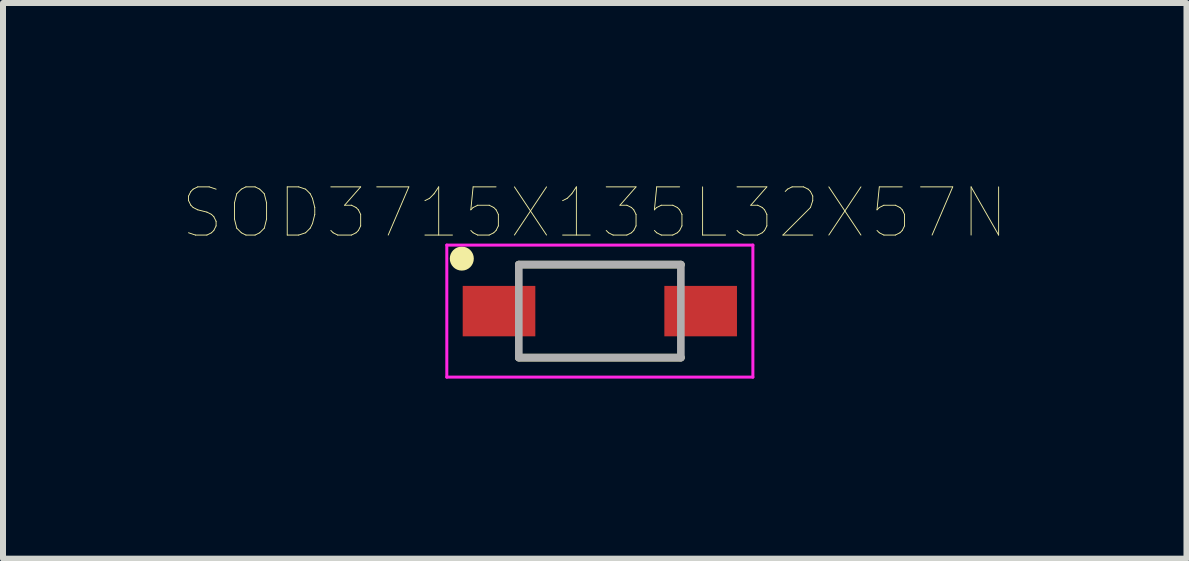
<source format=kicad_pcb>
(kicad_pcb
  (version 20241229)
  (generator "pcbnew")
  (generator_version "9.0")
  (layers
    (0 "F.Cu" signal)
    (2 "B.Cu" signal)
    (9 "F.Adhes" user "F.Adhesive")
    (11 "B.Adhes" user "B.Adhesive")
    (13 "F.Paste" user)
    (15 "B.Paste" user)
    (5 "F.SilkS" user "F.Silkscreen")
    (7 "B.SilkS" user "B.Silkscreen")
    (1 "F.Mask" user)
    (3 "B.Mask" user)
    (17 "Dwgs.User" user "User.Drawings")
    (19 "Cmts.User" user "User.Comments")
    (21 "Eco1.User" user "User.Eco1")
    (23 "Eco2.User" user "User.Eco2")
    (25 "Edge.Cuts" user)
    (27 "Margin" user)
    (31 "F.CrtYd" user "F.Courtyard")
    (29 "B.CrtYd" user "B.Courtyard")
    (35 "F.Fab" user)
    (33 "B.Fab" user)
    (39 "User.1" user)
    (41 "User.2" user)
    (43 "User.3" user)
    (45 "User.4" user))
  (footprint "SOD3715X135L32X57N"
    (layer "F.Cu")
    (at 6.945 2.134)
    (property "Reference" "SOD3715X135L32X57N" (at -0.085 -1.638 0) (layer "F.SilkS") (effects (font (size 0.803 0.803) (thickness 0.015))))
    (attr through_hole)
    (fp_line (start -1.35 0.775) (end 1.35 0.775) (stroke (width 0.127) (type solid)) (layer "F.SilkS"))
    (fp_line (start 1.35 -0.775) (end -1.35 -0.775) (stroke (width 0.127) (type solid)) (layer "F.SilkS"))
    (fp_circle (center -2.3 -0.875) (end -2.2 -0.875) (stroke (width 0.2) (type solid)) (fill no) (layer "F.SilkS"))
    (fp_line (start -2.55 -1.1) (end 2.55 -1.1) (stroke (width 0.05) (type solid)) (layer "F.CrtYd"))
    (fp_line (start -2.55 1.1) (end -2.55 -1.1) (stroke (width 0.05) (type solid)) (layer "F.CrtYd"))
    (fp_line (start 2.55 -1.1) (end 2.55 1.1) (stroke (width 0.05) (type solid)) (layer "F.CrtYd"))
    (fp_line (start 2.55 1.1) (end -2.55 1.1) (stroke (width 0.05) (type solid)) (layer "F.CrtYd"))
    (fp_line (start -1.35 -0.775) (end 1.35 -0.775) (stroke (width 0.127) (type solid)) (layer "F.Fab"))
    (fp_line (start -1.35 0.775) (end -1.35 -0.775) (stroke (width 0.127) (type solid)) (layer "F.Fab"))
    (fp_line (start -1.35 0.775) (end 1.35 0.775) (stroke (width 0.127) (type solid)) (layer "F.Fab"))
    (fp_line (start 1.35 -0.775) (end 1.35 0.775) (stroke (width 0.127) (type solid)) (layer "F.Fab"))
    (pad "1" smd rect (at -1.68 0) (size 1.21 0.84) (layers "F.Cu" "F.Mask" "F.Paste"))
    (pad "2" smd rect (at 1.68 0) (size 1.21 0.84) (layers "F.Cu" "F.Mask" "F.Paste")))
  (gr_rect
    (start -3 -3)
    (end 16.72 6.259)
    (stroke (width 0.1) (type default))
    (fill no)
    (layer "Edge.Cuts")))
</source>
